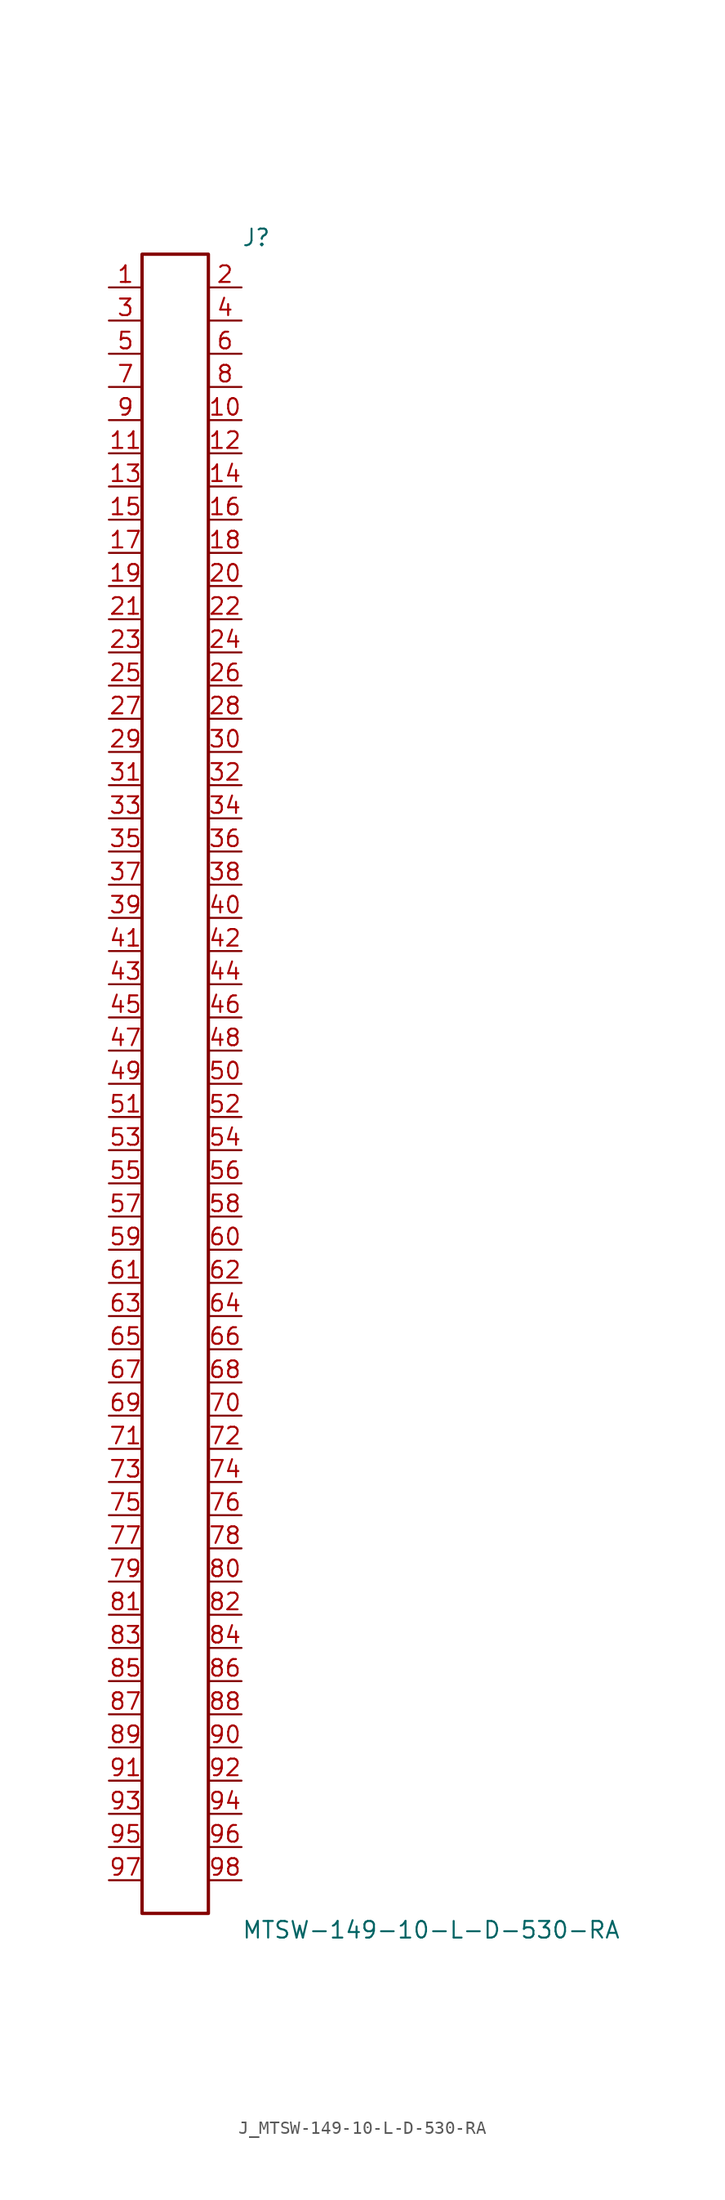
<source format=kicad_sym>
(kicad_symbol_lib
  (version 20231120)
  (generator kicad_symbol_editor)
  (generator_version 8.0)
  (symbol "J_MTSW-149-10-L-D-530-RA"
    (pin_names
      (offset 0.254))
    (property "Reference" "J"
      (at 5.08 64.77 0)
      (effects (font (size 1.27 1.27)) (justify left)))
    (property "Value" "MTSW-149-10-L-D-530-RA"
      (at 5.08 -64.77 0)
      (effects (font (size 1.27 1.27)) (justify left)))
    (symbol "J_MTSW-149-10-L-D-530-RA_0_0"
      (pin passive line (at -5.08 60.96 0) (length 2.54) (name "" (effects (font (size 1.27 1.27)))) (number "1" (effects (font (size 1.27 1.27)))))
      (pin passive line (at 5.08 60.96 180) (length 2.54) (name "" (effects (font (size 1.27 1.27)))) (number "2" (effects (font (size 1.27 1.27)))))
      (pin passive line (at -5.08 58.42 0) (length 2.54) (name "" (effects (font (size 1.27 1.27)))) (number "3" (effects (font (size 1.27 1.27)))))
      (pin passive line (at 5.08 58.42 180) (length 2.54) (name "" (effects (font (size 1.27 1.27)))) (number "4" (effects (font (size 1.27 1.27)))))
      (pin passive line (at -5.08 55.88 0) (length 2.54) (name "" (effects (font (size 1.27 1.27)))) (number "5" (effects (font (size 1.27 1.27)))))
      (pin passive line (at 5.08 55.88 180) (length 2.54) (name "" (effects (font (size 1.27 1.27)))) (number "6" (effects (font (size 1.27 1.27)))))
      (pin passive line (at -5.08 53.34 0) (length 2.54) (name "" (effects (font (size 1.27 1.27)))) (number "7" (effects (font (size 1.27 1.27)))))
      (pin passive line (at 5.08 53.34 180) (length 2.54) (name "" (effects (font (size 1.27 1.27)))) (number "8" (effects (font (size 1.27 1.27)))))
      (pin passive line (at -5.08 50.8 0) (length 2.54) (name "" (effects (font (size 1.27 1.27)))) (number "9" (effects (font (size 1.27 1.27)))))
      (pin passive line (at 5.08 50.8 180) (length 2.54) (name "" (effects (font (size 1.27 1.27)))) (number "10" (effects (font (size 1.27 1.27)))))
      (pin passive line (at -5.08 48.26 0) (length 2.54) (name "" (effects (font (size 1.27 1.27)))) (number "11" (effects (font (size 1.27 1.27)))))
      (pin passive line (at 5.08 48.26 180) (length 2.54) (name "" (effects (font (size 1.27 1.27)))) (number "12" (effects (font (size 1.27 1.27)))))
      (pin passive line (at -5.08 45.72 0) (length 2.54) (name "" (effects (font (size 1.27 1.27)))) (number "13" (effects (font (size 1.27 1.27)))))
      (pin passive line (at 5.08 45.72 180) (length 2.54) (name "" (effects (font (size 1.27 1.27)))) (number "14" (effects (font (size 1.27 1.27)))))
      (pin passive line (at -5.08 43.18 0) (length 2.54) (name "" (effects (font (size 1.27 1.27)))) (number "15" (effects (font (size 1.27 1.27)))))
      (pin passive line (at 5.08 43.18 180) (length 2.54) (name "" (effects (font (size 1.27 1.27)))) (number "16" (effects (font (size 1.27 1.27)))))
      (pin passive line (at -5.08 40.64 0) (length 2.54) (name "" (effects (font (size 1.27 1.27)))) (number "17" (effects (font (size 1.27 1.27)))))
      (pin passive line (at 5.08 40.64 180) (length 2.54) (name "" (effects (font (size 1.27 1.27)))) (number "18" (effects (font (size 1.27 1.27)))))
      (pin passive line (at -5.08 38.1 0) (length 2.54) (name "" (effects (font (size 1.27 1.27)))) (number "19" (effects (font (size 1.27 1.27)))))
      (pin passive line (at 5.08 38.1 180) (length 2.54) (name "" (effects (font (size 1.27 1.27)))) (number "20" (effects (font (size 1.27 1.27)))))
      (pin passive line (at -5.08 35.56 0) (length 2.54) (name "" (effects (font (size 1.27 1.27)))) (number "21" (effects (font (size 1.27 1.27)))))
      (pin passive line (at 5.08 35.56 180) (length 2.54) (name "" (effects (font (size 1.27 1.27)))) (number "22" (effects (font (size 1.27 1.27)))))
      (pin passive line (at -5.08 33.02 0) (length 2.54) (name "" (effects (font (size 1.27 1.27)))) (number "23" (effects (font (size 1.27 1.27)))))
      (pin passive line (at 5.08 33.02 180) (length 2.54) (name "" (effects (font (size 1.27 1.27)))) (number "24" (effects (font (size 1.27 1.27)))))
      (pin passive line (at -5.08 30.48 0) (length 2.54) (name "" (effects (font (size 1.27 1.27)))) (number "25" (effects (font (size 1.27 1.27)))))
      (pin passive line (at 5.08 30.48 180) (length 2.54) (name "" (effects (font (size 1.27 1.27)))) (number "26" (effects (font (size 1.27 1.27)))))
      (pin passive line (at -5.08 27.94 0) (length 2.54) (name "" (effects (font (size 1.27 1.27)))) (number "27" (effects (font (size 1.27 1.27)))))
      (pin passive line (at 5.08 27.94 180) (length 2.54) (name "" (effects (font (size 1.27 1.27)))) (number "28" (effects (font (size 1.27 1.27)))))
      (pin passive line (at -5.08 25.4 0) (length 2.54) (name "" (effects (font (size 1.27 1.27)))) (number "29" (effects (font (size 1.27 1.27)))))
      (pin passive line (at 5.08 25.4 180) (length 2.54) (name "" (effects (font (size 1.27 1.27)))) (number "30" (effects (font (size 1.27 1.27)))))
      (pin passive line (at -5.08 22.86 0) (length 2.54) (name "" (effects (font (size 1.27 1.27)))) (number "31" (effects (font (size 1.27 1.27)))))
      (pin passive line (at 5.08 22.86 180) (length 2.54) (name "" (effects (font (size 1.27 1.27)))) (number "32" (effects (font (size 1.27 1.27)))))
      (pin passive line (at -5.08 20.32 0) (length 2.54) (name "" (effects (font (size 1.27 1.27)))) (number "33" (effects (font (size 1.27 1.27)))))
      (pin passive line (at 5.08 20.32 180) (length 2.54) (name "" (effects (font (size 1.27 1.27)))) (number "34" (effects (font (size 1.27 1.27)))))
      (pin passive line (at -5.08 17.78 0) (length 2.54) (name "" (effects (font (size 1.27 1.27)))) (number "35" (effects (font (size 1.27 1.27)))))
      (pin passive line (at 5.08 17.78 180) (length 2.54) (name "" (effects (font (size 1.27 1.27)))) (number "36" (effects (font (size 1.27 1.27)))))
      (pin passive line (at -5.08 15.24 0) (length 2.54) (name "" (effects (font (size 1.27 1.27)))) (number "37" (effects (font (size 1.27 1.27)))))
      (pin passive line (at 5.08 15.24 180) (length 2.54) (name "" (effects (font (size 1.27 1.27)))) (number "38" (effects (font (size 1.27 1.27)))))
      (pin passive line (at -5.08 12.7 0) (length 2.54) (name "" (effects (font (size 1.27 1.27)))) (number "39" (effects (font (size 1.27 1.27)))))
      (pin passive line (at 5.08 12.7 180) (length 2.54) (name "" (effects (font (size 1.27 1.27)))) (number "40" (effects (font (size 1.27 1.27)))))
      (pin passive line (at -5.08 10.16 0) (length 2.54) (name "" (effects (font (size 1.27 1.27)))) (number "41" (effects (font (size 1.27 1.27)))))
      (pin passive line (at 5.08 10.16 180) (length 2.54) (name "" (effects (font (size 1.27 1.27)))) (number "42" (effects (font (size 1.27 1.27)))))
      (pin passive line (at -5.08 7.62 0) (length 2.54) (name "" (effects (font (size 1.27 1.27)))) (number "43" (effects (font (size 1.27 1.27)))))
      (pin passive line (at 5.08 7.62 180) (length 2.54) (name "" (effects (font (size 1.27 1.27)))) (number "44" (effects (font (size 1.27 1.27)))))
      (pin passive line (at -5.08 5.08 0) (length 2.54) (name "" (effects (font (size 1.27 1.27)))) (number "45" (effects (font (size 1.27 1.27)))))
      (pin passive line (at 5.08 5.08 180) (length 2.54) (name "" (effects (font (size 1.27 1.27)))) (number "46" (effects (font (size 1.27 1.27)))))
      (pin passive line (at -5.08 2.54 0) (length 2.54) (name "" (effects (font (size 1.27 1.27)))) (number "47" (effects (font (size 1.27 1.27)))))
      (pin passive line (at 5.08 2.54 180) (length 2.54) (name "" (effects (font (size 1.27 1.27)))) (number "48" (effects (font (size 1.27 1.27)))))
      (pin passive line (at -5.08 0.0 0) (length 2.54) (name "" (effects (font (size 1.27 1.27)))) (number "49" (effects (font (size 1.27 1.27)))))
      (pin passive line (at 5.08 0.0 180) (length 2.54) (name "" (effects (font (size 1.27 1.27)))) (number "50" (effects (font (size 1.27 1.27)))))
      (pin passive line (at -5.08 -2.54 0) (length 2.54) (name "" (effects (font (size 1.27 1.27)))) (number "51" (effects (font (size 1.27 1.27)))))
      (pin passive line (at 5.08 -2.54 180) (length 2.54) (name "" (effects (font (size 1.27 1.27)))) (number "52" (effects (font (size 1.27 1.27)))))
      (pin passive line (at -5.08 -5.08 0) (length 2.54) (name "" (effects (font (size 1.27 1.27)))) (number "53" (effects (font (size 1.27 1.27)))))
      (pin passive line (at 5.08 -5.08 180) (length 2.54) (name "" (effects (font (size 1.27 1.27)))) (number "54" (effects (font (size 1.27 1.27)))))
      (pin passive line (at -5.08 -7.62 0) (length 2.54) (name "" (effects (font (size 1.27 1.27)))) (number "55" (effects (font (size 1.27 1.27)))))
      (pin passive line (at 5.08 -7.62 180) (length 2.54) (name "" (effects (font (size 1.27 1.27)))) (number "56" (effects (font (size 1.27 1.27)))))
      (pin passive line (at -5.08 -10.16 0) (length 2.54) (name "" (effects (font (size 1.27 1.27)))) (number "57" (effects (font (size 1.27 1.27)))))
      (pin passive line (at 5.08 -10.16 180) (length 2.54) (name "" (effects (font (size 1.27 1.27)))) (number "58" (effects (font (size 1.27 1.27)))))
      (pin passive line (at -5.08 -12.7 0) (length 2.54) (name "" (effects (font (size 1.27 1.27)))) (number "59" (effects (font (size 1.27 1.27)))))
      (pin passive line (at 5.08 -12.7 180) (length 2.54) (name "" (effects (font (size 1.27 1.27)))) (number "60" (effects (font (size 1.27 1.27)))))
      (pin passive line (at -5.08 -15.24 0) (length 2.54) (name "" (effects (font (size 1.27 1.27)))) (number "61" (effects (font (size 1.27 1.27)))))
      (pin passive line (at 5.08 -15.24 180) (length 2.54) (name "" (effects (font (size 1.27 1.27)))) (number "62" (effects (font (size 1.27 1.27)))))
      (pin passive line (at -5.08 -17.78 0) (length 2.54) (name "" (effects (font (size 1.27 1.27)))) (number "63" (effects (font (size 1.27 1.27)))))
      (pin passive line (at 5.08 -17.78 180) (length 2.54) (name "" (effects (font (size 1.27 1.27)))) (number "64" (effects (font (size 1.27 1.27)))))
      (pin passive line (at -5.08 -20.32 0) (length 2.54) (name "" (effects (font (size 1.27 1.27)))) (number "65" (effects (font (size 1.27 1.27)))))
      (pin passive line (at 5.08 -20.32 180) (length 2.54) (name "" (effects (font (size 1.27 1.27)))) (number "66" (effects (font (size 1.27 1.27)))))
      (pin passive line (at -5.08 -22.86 0) (length 2.54) (name "" (effects (font (size 1.27 1.27)))) (number "67" (effects (font (size 1.27 1.27)))))
      (pin passive line (at 5.08 -22.86 180) (length 2.54) (name "" (effects (font (size 1.27 1.27)))) (number "68" (effects (font (size 1.27 1.27)))))
      (pin passive line (at -5.08 -25.4 0) (length 2.54) (name "" (effects (font (size 1.27 1.27)))) (number "69" (effects (font (size 1.27 1.27)))))
      (pin passive line (at 5.08 -25.4 180) (length 2.54) (name "" (effects (font (size 1.27 1.27)))) (number "70" (effects (font (size 1.27 1.27)))))
      (pin passive line (at -5.08 -27.94 0) (length 2.54) (name "" (effects (font (size 1.27 1.27)))) (number "71" (effects (font (size 1.27 1.27)))))
      (pin passive line (at 5.08 -27.94 180) (length 2.54) (name "" (effects (font (size 1.27 1.27)))) (number "72" (effects (font (size 1.27 1.27)))))
      (pin passive line (at -5.08 -30.48 0) (length 2.54) (name "" (effects (font (size 1.27 1.27)))) (number "73" (effects (font (size 1.27 1.27)))))
      (pin passive line (at 5.08 -30.48 180) (length 2.54) (name "" (effects (font (size 1.27 1.27)))) (number "74" (effects (font (size 1.27 1.27)))))
      (pin passive line (at -5.08 -33.02 0) (length 2.54) (name "" (effects (font (size 1.27 1.27)))) (number "75" (effects (font (size 1.27 1.27)))))
      (pin passive line (at 5.08 -33.02 180) (length 2.54) (name "" (effects (font (size 1.27 1.27)))) (number "76" (effects (font (size 1.27 1.27)))))
      (pin passive line (at -5.08 -35.56 0) (length 2.54) (name "" (effects (font (size 1.27 1.27)))) (number "77" (effects (font (size 1.27 1.27)))))
      (pin passive line (at 5.08 -35.56 180) (length 2.54) (name "" (effects (font (size 1.27 1.27)))) (number "78" (effects (font (size 1.27 1.27)))))
      (pin passive line (at -5.08 -38.1 0) (length 2.54) (name "" (effects (font (size 1.27 1.27)))) (number "79" (effects (font (size 1.27 1.27)))))
      (pin passive line (at 5.08 -38.1 180) (length 2.54) (name "" (effects (font (size 1.27 1.27)))) (number "80" (effects (font (size 1.27 1.27)))))
      (pin passive line (at -5.08 -40.64 0) (length 2.54) (name "" (effects (font (size 1.27 1.27)))) (number "81" (effects (font (size 1.27 1.27)))))
      (pin passive line (at 5.08 -40.64 180) (length 2.54) (name "" (effects (font (size 1.27 1.27)))) (number "82" (effects (font (size 1.27 1.27)))))
      (pin passive line (at -5.08 -43.18 0) (length 2.54) (name "" (effects (font (size 1.27 1.27)))) (number "83" (effects (font (size 1.27 1.27)))))
      (pin passive line (at 5.08 -43.18 180) (length 2.54) (name "" (effects (font (size 1.27 1.27)))) (number "84" (effects (font (size 1.27 1.27)))))
      (pin passive line (at -5.08 -45.72 0) (length 2.54) (name "" (effects (font (size 1.27 1.27)))) (number "85" (effects (font (size 1.27 1.27)))))
      (pin passive line (at 5.08 -45.72 180) (length 2.54) (name "" (effects (font (size 1.27 1.27)))) (number "86" (effects (font (size 1.27 1.27)))))
      (pin passive line (at -5.08 -48.26 0) (length 2.54) (name "" (effects (font (size 1.27 1.27)))) (number "87" (effects (font (size 1.27 1.27)))))
      (pin passive line (at 5.08 -48.26 180) (length 2.54) (name "" (effects (font (size 1.27 1.27)))) (number "88" (effects (font (size 1.27 1.27)))))
      (pin passive line (at -5.08 -50.8 0) (length 2.54) (name "" (effects (font (size 1.27 1.27)))) (number "89" (effects (font (size 1.27 1.27)))))
      (pin passive line (at 5.08 -50.8 180) (length 2.54) (name "" (effects (font (size 1.27 1.27)))) (number "90" (effects (font (size 1.27 1.27)))))
      (pin passive line (at -5.08 -53.34 0) (length 2.54) (name "" (effects (font (size 1.27 1.27)))) (number "91" (effects (font (size 1.27 1.27)))))
      (pin passive line (at 5.08 -53.34 180) (length 2.54) (name "" (effects (font (size 1.27 1.27)))) (number "92" (effects (font (size 1.27 1.27)))))
      (pin passive line (at -5.08 -55.88 0) (length 2.54) (name "" (effects (font (size 1.27 1.27)))) (number "93" (effects (font (size 1.27 1.27)))))
      (pin passive line (at 5.08 -55.88 180) (length 2.54) (name "" (effects (font (size 1.27 1.27)))) (number "94" (effects (font (size 1.27 1.27)))))
      (pin passive line (at -5.08 -58.42 0) (length 2.54) (name "" (effects (font (size 1.27 1.27)))) (number "95" (effects (font (size 1.27 1.27)))))
      (pin passive line (at 5.08 -58.42 180) (length 2.54) (name "" (effects (font (size 1.27 1.27)))) (number "96" (effects (font (size 1.27 1.27)))))
      (pin passive line (at -5.08 -60.96 0) (length 2.54) (name "" (effects (font (size 1.27 1.27)))) (number "97" (effects (font (size 1.27 1.27)))))
      (pin passive line (at 5.08 -60.96 180) (length 2.54) (name "" (effects (font (size 1.27 1.27)))) (number "98" (effects (font (size 1.27 1.27))))))
    (symbol "J_MTSW-149-10-L-D-530-RA_1_0"
      (rectangle (start -2.54 63.5) (end 2.54 -63.5) (stroke (width 0.254) (type solid)) (fill (type none))))))
</source>
